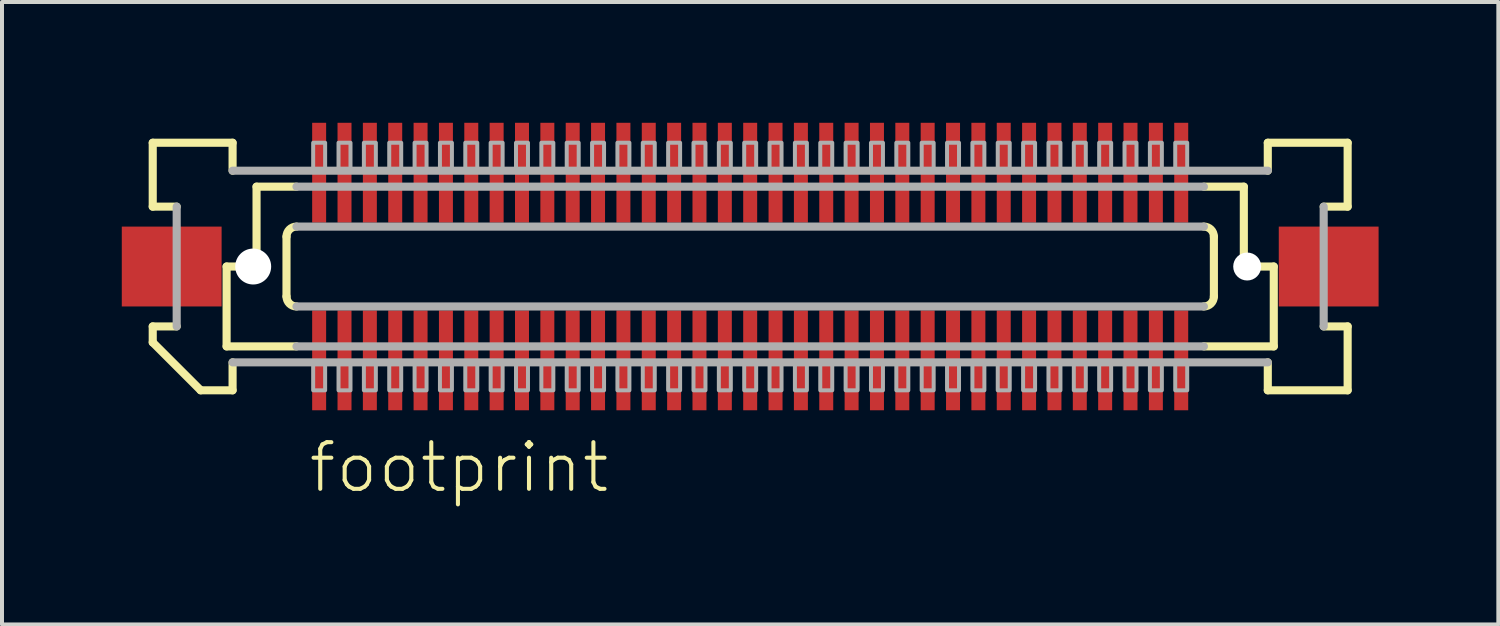
<source format=kicad_pcb>
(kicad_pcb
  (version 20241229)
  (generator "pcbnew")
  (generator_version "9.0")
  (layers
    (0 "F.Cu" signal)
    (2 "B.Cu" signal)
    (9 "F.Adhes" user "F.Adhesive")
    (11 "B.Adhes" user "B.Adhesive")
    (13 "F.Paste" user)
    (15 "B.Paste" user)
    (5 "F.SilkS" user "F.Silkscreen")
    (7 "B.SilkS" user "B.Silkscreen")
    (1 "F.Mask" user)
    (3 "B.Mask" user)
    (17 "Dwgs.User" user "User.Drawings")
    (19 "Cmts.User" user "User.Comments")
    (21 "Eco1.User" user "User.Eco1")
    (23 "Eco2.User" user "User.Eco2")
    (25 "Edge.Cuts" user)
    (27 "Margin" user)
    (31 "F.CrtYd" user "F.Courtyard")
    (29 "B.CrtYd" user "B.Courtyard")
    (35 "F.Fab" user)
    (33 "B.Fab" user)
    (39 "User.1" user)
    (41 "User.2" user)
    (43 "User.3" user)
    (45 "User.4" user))
  (footprint "footprint"
    (layer "F.Cu")
    (at 15.738 3.625)
    (property "Reference" "footprint" (at -11.113 5.715 0) (layer "F.SilkS") (effects (font (size 1.168 1.168) (thickness 0.102)) (justify left bottom)))
    (fp_poly (pts (xy -10.995 3.625) (xy -10.595 3.625) (xy -10.595 1.075) (xy -10.995 1.075)) (stroke (width 0) (type solid)) (fill yes) (layer "F.Mask"))
    (fp_poly (pts (xy -10.595 -3.625) (xy -10.995 -3.625) (xy -10.995 -1.075) (xy -10.595 -1.075)) (stroke (width 0) (type solid)) (fill yes) (layer "F.Mask"))
    (fp_poly (pts (xy -10.36 3.625) (xy -9.96 3.625) (xy -9.96 1.075) (xy -10.36 1.075)) (stroke (width 0) (type solid)) (fill yes) (layer "F.Mask"))
    (fp_poly (pts (xy -9.96 -3.625) (xy -10.36 -3.625) (xy -10.36 -1.075) (xy -9.96 -1.075)) (stroke (width 0) (type solid)) (fill yes) (layer "F.Mask"))
    (fp_poly (pts (xy -9.725 3.625) (xy -9.325 3.625) (xy -9.325 1.075) (xy -9.725 1.075)) (stroke (width 0) (type solid)) (fill yes) (layer "F.Mask"))
    (fp_poly (pts (xy -9.325 -3.625) (xy -9.725 -3.625) (xy -9.725 -1.075) (xy -9.325 -1.075)) (stroke (width 0) (type solid)) (fill yes) (layer "F.Mask"))
    (fp_poly (pts (xy -9.09 3.625) (xy -8.69 3.625) (xy -8.69 1.075) (xy -9.09 1.075)) (stroke (width 0) (type solid)) (fill yes) (layer "F.Mask"))
    (fp_poly (pts (xy -8.69 -3.625) (xy -9.09 -3.625) (xy -9.09 -1.075) (xy -8.69 -1.075)) (stroke (width 0) (type solid)) (fill yes) (layer "F.Mask"))
    (fp_poly (pts (xy -8.455 3.625) (xy -8.055 3.625) (xy -8.055 1.075) (xy -8.455 1.075)) (stroke (width 0) (type solid)) (fill yes) (layer "F.Mask"))
    (fp_poly (pts (xy -8.055 -3.625) (xy -8.455 -3.625) (xy -8.455 -1.075) (xy -8.055 -1.075)) (stroke (width 0) (type solid)) (fill yes) (layer "F.Mask"))
    (fp_poly (pts (xy -7.82 3.625) (xy -7.42 3.625) (xy -7.42 1.075) (xy -7.82 1.075)) (stroke (width 0) (type solid)) (fill yes) (layer "F.Mask"))
    (fp_poly (pts (xy -7.42 -3.625) (xy -7.82 -3.625) (xy -7.82 -1.075) (xy -7.42 -1.075)) (stroke (width 0) (type solid)) (fill yes) (layer "F.Mask"))
    (fp_poly (pts (xy -7.185 3.625) (xy -6.785 3.625) (xy -6.785 1.075) (xy -7.185 1.075)) (stroke (width 0) (type solid)) (fill yes) (layer "F.Mask"))
    (fp_poly (pts (xy -6.785 -3.625) (xy -7.185 -3.625) (xy -7.185 -1.075) (xy -6.785 -1.075)) (stroke (width 0) (type solid)) (fill yes) (layer "F.Mask"))
    (fp_poly (pts (xy -6.55 3.625) (xy -6.15 3.625) (xy -6.15 1.075) (xy -6.55 1.075)) (stroke (width 0) (type solid)) (fill yes) (layer "F.Mask"))
    (fp_poly (pts (xy -6.15 -3.625) (xy -6.55 -3.625) (xy -6.55 -1.075) (xy -6.15 -1.075)) (stroke (width 0) (type solid)) (fill yes) (layer "F.Mask"))
    (fp_poly (pts (xy -5.915 3.625) (xy -5.515 3.625) (xy -5.515 1.075) (xy -5.915 1.075)) (stroke (width 0) (type solid)) (fill yes) (layer "F.Mask"))
    (fp_poly (pts (xy -5.515 -3.625) (xy -5.915 -3.625) (xy -5.915 -1.075) (xy -5.515 -1.075)) (stroke (width 0) (type solid)) (fill yes) (layer "F.Mask"))
    (fp_poly (pts (xy -5.28 3.625) (xy -4.88 3.625) (xy -4.88 1.075) (xy -5.28 1.075)) (stroke (width 0) (type solid)) (fill yes) (layer "F.Mask"))
    (fp_poly (pts (xy -4.88 -3.625) (xy -5.28 -3.625) (xy -5.28 -1.075) (xy -4.88 -1.075)) (stroke (width 0) (type solid)) (fill yes) (layer "F.Mask"))
    (fp_poly (pts (xy -4.645 3.625) (xy -4.245 3.625) (xy -4.245 1.075) (xy -4.645 1.075)) (stroke (width 0) (type solid)) (fill yes) (layer "F.Mask"))
    (fp_poly (pts (xy -4.245 -3.625) (xy -4.645 -3.625) (xy -4.645 -1.075) (xy -4.245 -1.075)) (stroke (width 0) (type solid)) (fill yes) (layer "F.Mask"))
    (fp_poly (pts (xy -4.01 3.625) (xy -3.61 3.625) (xy -3.61 1.075) (xy -4.01 1.075)) (stroke (width 0) (type solid)) (fill yes) (layer "F.Mask"))
    (fp_poly (pts (xy -3.61 -3.625) (xy -4.01 -3.625) (xy -4.01 -1.075) (xy -3.61 -1.075)) (stroke (width 0) (type solid)) (fill yes) (layer "F.Mask"))
    (fp_poly (pts (xy -3.375 3.625) (xy -2.975 3.625) (xy -2.975 1.075) (xy -3.375 1.075)) (stroke (width 0) (type solid)) (fill yes) (layer "F.Mask"))
    (fp_poly (pts (xy -2.975 -3.625) (xy -3.375 -3.625) (xy -3.375 -1.075) (xy -2.975 -1.075)) (stroke (width 0) (type solid)) (fill yes) (layer "F.Mask"))
    (fp_poly (pts (xy -2.74 3.625) (xy -2.34 3.625) (xy -2.34 1.075) (xy -2.74 1.075)) (stroke (width 0) (type solid)) (fill yes) (layer "F.Mask"))
    (fp_poly (pts (xy -2.34 -3.625) (xy -2.74 -3.625) (xy -2.74 -1.075) (xy -2.34 -1.075)) (stroke (width 0) (type solid)) (fill yes) (layer "F.Mask"))
    (fp_poly (pts (xy -2.105 3.625) (xy -1.705 3.625) (xy -1.705 1.075) (xy -2.105 1.075)) (stroke (width 0) (type solid)) (fill yes) (layer "F.Mask"))
    (fp_poly (pts (xy -1.705 -3.625) (xy -2.105 -3.625) (xy -2.105 -1.075) (xy -1.705 -1.075)) (stroke (width 0) (type solid)) (fill yes) (layer "F.Mask"))
    (fp_poly (pts (xy -1.47 3.625) (xy -1.07 3.625) (xy -1.07 1.075) (xy -1.47 1.075)) (stroke (width 0) (type solid)) (fill yes) (layer "F.Mask"))
    (fp_poly (pts (xy -1.07 -3.625) (xy -1.47 -3.625) (xy -1.47 -1.075) (xy -1.07 -1.075)) (stroke (width 0) (type solid)) (fill yes) (layer "F.Mask"))
    (fp_poly (pts (xy -0.835 3.625) (xy -0.435 3.625) (xy -0.435 1.075) (xy -0.835 1.075)) (stroke (width 0) (type solid)) (fill yes) (layer "F.Mask"))
    (fp_poly (pts (xy -0.435 -3.625) (xy -0.835 -3.625) (xy -0.835 -1.075) (xy -0.435 -1.075)) (stroke (width 0) (type solid)) (fill yes) (layer "F.Mask"))
    (fp_poly (pts (xy -0.2 3.625) (xy 0.2 3.625) (xy 0.2 1.075) (xy -0.2 1.075)) (stroke (width 0) (type solid)) (fill yes) (layer "F.Mask"))
    (fp_poly (pts (xy 0.2 -3.625) (xy -0.2 -3.625) (xy -0.2 -1.075) (xy 0.2 -1.075)) (stroke (width 0) (type solid)) (fill yes) (layer "F.Mask"))
    (fp_poly (pts (xy 0.435 3.625) (xy 0.835 3.625) (xy 0.835 1.075) (xy 0.435 1.075)) (stroke (width 0) (type solid)) (fill yes) (layer "F.Mask"))
    (fp_poly (pts (xy 0.835 -3.625) (xy 0.435 -3.625) (xy 0.435 -1.075) (xy 0.835 -1.075)) (stroke (width 0) (type solid)) (fill yes) (layer "F.Mask"))
    (fp_poly (pts (xy 1.07 3.625) (xy 1.47 3.625) (xy 1.47 1.075) (xy 1.07 1.075)) (stroke (width 0) (type solid)) (fill yes) (layer "F.Mask"))
    (fp_poly (pts (xy 1.47 -3.625) (xy 1.07 -3.625) (xy 1.07 -1.075) (xy 1.47 -1.075)) (stroke (width 0) (type solid)) (fill yes) (layer "F.Mask"))
    (fp_poly (pts (xy 1.705 3.625) (xy 2.105 3.625) (xy 2.105 1.075) (xy 1.705 1.075)) (stroke (width 0) (type solid)) (fill yes) (layer "F.Mask"))
    (fp_poly (pts (xy 2.105 -3.625) (xy 1.705 -3.625) (xy 1.705 -1.075) (xy 2.105 -1.075)) (stroke (width 0) (type solid)) (fill yes) (layer "F.Mask"))
    (fp_poly (pts (xy 2.34 3.625) (xy 2.74 3.625) (xy 2.74 1.075) (xy 2.34 1.075)) (stroke (width 0) (type solid)) (fill yes) (layer "F.Mask"))
    (fp_poly (pts (xy 2.74 -3.625) (xy 2.34 -3.625) (xy 2.34 -1.075) (xy 2.74 -1.075)) (stroke (width 0) (type solid)) (fill yes) (layer "F.Mask"))
    (fp_poly (pts (xy 2.975 3.625) (xy 3.375 3.625) (xy 3.375 1.075) (xy 2.975 1.075)) (stroke (width 0) (type solid)) (fill yes) (layer "F.Mask"))
    (fp_poly (pts (xy 3.375 -3.625) (xy 2.975 -3.625) (xy 2.975 -1.075) (xy 3.375 -1.075)) (stroke (width 0) (type solid)) (fill yes) (layer "F.Mask"))
    (fp_poly (pts (xy 3.61 3.625) (xy 4.01 3.625) (xy 4.01 1.075) (xy 3.61 1.075)) (stroke (width 0) (type solid)) (fill yes) (layer "F.Mask"))
    (fp_poly (pts (xy 4.01 -3.625) (xy 3.61 -3.625) (xy 3.61 -1.075) (xy 4.01 -1.075)) (stroke (width 0) (type solid)) (fill yes) (layer "F.Mask"))
    (fp_poly (pts (xy 4.245 3.625) (xy 4.645 3.625) (xy 4.645 1.075) (xy 4.245 1.075)) (stroke (width 0) (type solid)) (fill yes) (layer "F.Mask"))
    (fp_poly (pts (xy 4.645 -3.625) (xy 4.245 -3.625) (xy 4.245 -1.075) (xy 4.645 -1.075)) (stroke (width 0) (type solid)) (fill yes) (layer "F.Mask"))
    (fp_poly (pts (xy 4.88 3.625) (xy 5.28 3.625) (xy 5.28 1.075) (xy 4.88 1.075)) (stroke (width 0) (type solid)) (fill yes) (layer "F.Mask"))
    (fp_poly (pts (xy 5.28 -3.625) (xy 4.88 -3.625) (xy 4.88 -1.075) (xy 5.28 -1.075)) (stroke (width 0) (type solid)) (fill yes) (layer "F.Mask"))
    (fp_poly (pts (xy 5.515 3.625) (xy 5.915 3.625) (xy 5.915 1.075) (xy 5.515 1.075)) (stroke (width 0) (type solid)) (fill yes) (layer "F.Mask"))
    (fp_poly (pts (xy 5.915 -3.625) (xy 5.515 -3.625) (xy 5.515 -1.075) (xy 5.915 -1.075)) (stroke (width 0) (type solid)) (fill yes) (layer "F.Mask"))
    (fp_poly (pts (xy 6.15 3.625) (xy 6.55 3.625) (xy 6.55 1.075) (xy 6.15 1.075)) (stroke (width 0) (type solid)) (fill yes) (layer "F.Mask"))
    (fp_poly (pts (xy 6.55 -3.625) (xy 6.15 -3.625) (xy 6.15 -1.075) (xy 6.55 -1.075)) (stroke (width 0) (type solid)) (fill yes) (layer "F.Mask"))
    (fp_poly (pts (xy 6.785 3.625) (xy 7.185 3.625) (xy 7.185 1.075) (xy 6.785 1.075)) (stroke (width 0) (type solid)) (fill yes) (layer "F.Mask"))
    (fp_poly (pts (xy 7.185 -3.625) (xy 6.785 -3.625) (xy 6.785 -1.075) (xy 7.185 -1.075)) (stroke (width 0) (type solid)) (fill yes) (layer "F.Mask"))
    (fp_poly (pts (xy 7.42 3.625) (xy 7.82 3.625) (xy 7.82 1.075) (xy 7.42 1.075)) (stroke (width 0) (type solid)) (fill yes) (layer "F.Mask"))
    (fp_poly (pts (xy 7.82 -3.625) (xy 7.42 -3.625) (xy 7.42 -1.075) (xy 7.82 -1.075)) (stroke (width 0) (type solid)) (fill yes) (layer "F.Mask"))
    (fp_poly (pts (xy 8.055 3.625) (xy 8.455 3.625) (xy 8.455 1.075) (xy 8.055 1.075)) (stroke (width 0) (type solid)) (fill yes) (layer "F.Mask"))
    (fp_poly (pts (xy 8.455 -3.625) (xy 8.055 -3.625) (xy 8.055 -1.075) (xy 8.455 -1.075)) (stroke (width 0) (type solid)) (fill yes) (layer "F.Mask"))
    (fp_poly (pts (xy 8.69 3.625) (xy 9.09 3.625) (xy 9.09 1.075) (xy 8.69 1.075)) (stroke (width 0) (type solid)) (fill yes) (layer "F.Mask"))
    (fp_poly (pts (xy 9.09 -3.625) (xy 8.69 -3.625) (xy 8.69 -1.075) (xy 9.09 -1.075)) (stroke (width 0) (type solid)) (fill yes) (layer "F.Mask"))
    (fp_poly (pts (xy 9.325 3.625) (xy 9.725 3.625) (xy 9.725 1.075) (xy 9.325 1.075)) (stroke (width 0) (type solid)) (fill yes) (layer "F.Mask"))
    (fp_poly (pts (xy 9.725 -3.625) (xy 9.325 -3.625) (xy 9.325 -1.075) (xy 9.725 -1.075)) (stroke (width 0) (type solid)) (fill yes) (layer "F.Mask"))
    (fp_poly (pts (xy 9.96 3.625) (xy 10.36 3.625) (xy 10.36 1.075) (xy 9.96 1.075)) (stroke (width 0) (type solid)) (fill yes) (layer "F.Mask"))
    (fp_poly (pts (xy 10.36 -3.625) (xy 9.96 -3.625) (xy 9.96 -1.075) (xy 10.36 -1.075)) (stroke (width 0) (type solid)) (fill yes) (layer "F.Mask"))
    (fp_poly (pts (xy 10.595 3.625) (xy 10.995 3.625) (xy 10.995 1.075) (xy 10.595 1.075)) (stroke (width 0) (type solid)) (fill yes) (layer "F.Mask"))
    (fp_poly (pts (xy 10.995 -3.625) (xy 10.595 -3.625) (xy 10.595 -1.075) (xy 10.995 -1.075)) (stroke (width 0) (type solid)) (fill yes) (layer "F.Mask"))
    (fp_line (start -14.963 -3.1) (end -12.963 -3.1) (stroke (width 0.203) (type solid)) (layer "F.SilkS"))
    (fp_line (start -14.963 -1.5) (end -14.963 -3.1) (stroke (width 0.203) (type solid)) (layer "F.SilkS"))
    (fp_line (start -14.963 1.5) (end -14.363 1.5) (stroke (width 0.203) (type solid)) (layer "F.SilkS"))
    (fp_line (start -14.963 1.9) (end -14.963 1.5) (stroke (width 0.203) (type solid)) (layer "F.SilkS"))
    (fp_line (start -14.363 -1.5) (end -14.963 -1.5) (stroke (width 0.203) (type solid)) (layer "F.SilkS"))
    (fp_line (start -13.762 3.1) (end -14.963 1.9) (stroke (width 0.203) (type solid)) (layer "F.SilkS"))
    (fp_line (start -13.113 0) (end -13.113 2) (stroke (width 0.203) (type solid)) (layer "F.SilkS"))
    (fp_line (start -13.113 2) (end -11.363 2) (stroke (width 0.203) (type solid)) (layer "F.SilkS"))
    (fp_line (start -12.963 -3.1) (end -12.963 -2.4) (stroke (width 0.203) (type solid)) (layer "F.SilkS"))
    (fp_line (start -12.963 2.4) (end -12.963 3.1) (stroke (width 0.203) (type solid)) (layer "F.SilkS"))
    (fp_line (start -12.963 3.1) (end -13.762 3.1) (stroke (width 0.203) (type solid)) (layer "F.SilkS"))
    (fp_line (start -12.363 -2) (end -12.363 0) (stroke (width 0.203) (type solid)) (layer "F.SilkS"))
    (fp_line (start -12.363 0) (end -13.113 0) (stroke (width 0.203) (type solid)) (layer "F.SilkS"))
    (fp_line (start -11.613 0.75) (end -11.613 -0.75) (stroke (width 0.203) (type solid)) (layer "F.SilkS"))
    (fp_line (start -11.363 -2) (end -12.363 -2) (stroke (width 0.203) (type solid)) (layer "F.SilkS"))
    (fp_line (start 11.363 2) (end 13.113 2) (stroke (width 0.203) (type solid)) (layer "F.SilkS"))
    (fp_line (start 11.613 -0.75) (end 11.613 0.75) (stroke (width 0.203) (type solid)) (layer "F.SilkS"))
    (fp_line (start 12.363 -2) (end 11.363 -2) (stroke (width 0.203) (type solid)) (layer "F.SilkS"))
    (fp_line (start 12.363 -2) (end 12.363 0) (stroke (width 0.203) (type solid)) (layer "F.SilkS"))
    (fp_line (start 12.963 -3.1) (end 14.963 -3.1) (stroke (width 0.203) (type solid)) (layer "F.SilkS"))
    (fp_line (start 12.963 -2.4) (end 12.963 -3.1) (stroke (width 0.203) (type solid)) (layer "F.SilkS"))
    (fp_line (start 12.963 3.1) (end 12.963 2.4) (stroke (width 0.203) (type solid)) (layer "F.SilkS"))
    (fp_line (start 13.113 0) (end 12.363 0) (stroke (width 0.203) (type solid)) (layer "F.SilkS"))
    (fp_line (start 13.113 0) (end 13.113 2) (stroke (width 0.203) (type solid)) (layer "F.SilkS"))
    (fp_line (start 14.363 1.5) (end 14.963 1.5) (stroke (width 0.203) (type solid)) (layer "F.SilkS"))
    (fp_line (start 14.963 -3.1) (end 14.963 -1.5) (stroke (width 0.203) (type solid)) (layer "F.SilkS"))
    (fp_line (start 14.963 -1.5) (end 14.363 -1.5) (stroke (width 0.203) (type solid)) (layer "F.SilkS"))
    (fp_line (start 14.963 1.5) (end 14.963 3.1) (stroke (width 0.203) (type solid)) (layer "F.SilkS"))
    (fp_line (start 14.963 3.1) (end 12.963 3.1) (stroke (width 0.203) (type solid)) (layer "F.SilkS"))
    (fp_arc (start -11.6125 -0.75) (mid -11.539277 -0.926777) (end -11.3625 -1) (stroke (width 0.2032) (type solid)) (layer "F.SilkS"))
    (fp_arc (start -11.3625 1) (mid -11.539277 0.926777) (end -11.6125 0.75) (stroke (width 0.2032) (type solid)) (layer "F.SilkS"))
    (fp_arc (start 11.3625 -1) (mid 11.539277 -0.926777) (end 11.6125 -0.75) (stroke (width 0.2032) (type solid)) (layer "F.SilkS"))
    (fp_arc (start 11.6125 0.75) (mid 11.539277 0.926777) (end 11.3625 1) (stroke (width 0.2032) (type solid)) (layer "F.SilkS"))
    (fp_line (start -14.363 1.5) (end -14.363 -1.5) (stroke (width 0.203) (type solid)) (layer "F.Fab"))
    (fp_line (start -12.963 -2.4) (end 12.963 -2.4) (stroke (width 0.203) (type solid)) (layer "F.Fab"))
    (fp_line (start -11.363 -1) (end 11.363 -1) (stroke (width 0.203) (type solid)) (layer "F.Fab"))
    (fp_line (start -11.363 2) (end 11.363 2) (stroke (width 0.203) (type solid)) (layer "F.Fab"))
    (fp_line (start 11.363 -2) (end -11.363 -2) (stroke (width 0.203) (type solid)) (layer "F.Fab"))
    (fp_line (start 11.363 1) (end -11.363 1) (stroke (width 0.203) (type solid)) (layer "F.Fab"))
    (fp_line (start 12.963 2.4) (end -12.963 2.4) (stroke (width 0.203) (type solid)) (layer "F.Fab"))
    (fp_line (start 14.363 -1.5) (end 14.363 1.5) (stroke (width 0.203) (type solid)) (layer "F.Fab"))
    (fp_poly (pts (xy -10.945 3.1) (xy -10.645 3.1) (xy -10.645 2.375) (xy -10.945 2.375)) (stroke (width 0.1) (type solid)) (fill no) (layer "F.Fab"))
    (fp_poly (pts (xy -10.645 -3.1) (xy -10.945 -3.1) (xy -10.945 -2.375) (xy -10.645 -2.375)) (stroke (width 0.1) (type solid)) (fill no) (layer "F.Fab"))
    (fp_poly (pts (xy -10.31 3.1) (xy -10.01 3.1) (xy -10.01 2.375) (xy -10.31 2.375)) (stroke (width 0.1) (type solid)) (fill no) (layer "F.Fab"))
    (fp_poly (pts (xy -10.01 -3.1) (xy -10.31 -3.1) (xy -10.31 -2.375) (xy -10.01 -2.375)) (stroke (width 0.1) (type solid)) (fill no) (layer "F.Fab"))
    (fp_poly (pts (xy -9.675 3.1) (xy -9.375 3.1) (xy -9.375 2.375) (xy -9.675 2.375)) (stroke (width 0.1) (type solid)) (fill no) (layer "F.Fab"))
    (fp_poly (pts (xy -9.375 -3.1) (xy -9.675 -3.1) (xy -9.675 -2.375) (xy -9.375 -2.375)) (stroke (width 0.1) (type solid)) (fill no) (layer "F.Fab"))
    (fp_poly (pts (xy -9.04 3.1) (xy -8.74 3.1) (xy -8.74 2.375) (xy -9.04 2.375)) (stroke (width 0.1) (type solid)) (fill no) (layer "F.Fab"))
    (fp_poly (pts (xy -8.74 -3.1) (xy -9.04 -3.1) (xy -9.04 -2.375) (xy -8.74 -2.375)) (stroke (width 0.1) (type solid)) (fill no) (layer "F.Fab"))
    (fp_poly (pts (xy -8.405 3.1) (xy -8.105 3.1) (xy -8.105 2.375) (xy -8.405 2.375)) (stroke (width 0.1) (type solid)) (fill no) (layer "F.Fab"))
    (fp_poly (pts (xy -8.105 -3.1) (xy -8.405 -3.1) (xy -8.405 -2.375) (xy -8.105 -2.375)) (stroke (width 0.1) (type solid)) (fill no) (layer "F.Fab"))
    (fp_poly (pts (xy -7.77 3.1) (xy -7.47 3.1) (xy -7.47 2.375) (xy -7.77 2.375)) (stroke (width 0.1) (type solid)) (fill no) (layer "F.Fab"))
    (fp_poly (pts (xy -7.47 -3.1) (xy -7.77 -3.1) (xy -7.77 -2.375) (xy -7.47 -2.375)) (stroke (width 0.1) (type solid)) (fill no) (layer "F.Fab"))
    (fp_poly (pts (xy -7.135 3.1) (xy -6.835 3.1) (xy -6.835 2.375) (xy -7.135 2.375)) (stroke (width 0.1) (type solid)) (fill no) (layer "F.Fab"))
    (fp_poly (pts (xy -6.835 -3.1) (xy -7.135 -3.1) (xy -7.135 -2.375) (xy -6.835 -2.375)) (stroke (width 0.1) (type solid)) (fill no) (layer "F.Fab"))
    (fp_poly (pts (xy -6.5 3.1) (xy -6.2 3.1) (xy -6.2 2.375) (xy -6.5 2.375)) (stroke (width 0.1) (type solid)) (fill no) (layer "F.Fab"))
    (fp_poly (pts (xy -6.2 -3.1) (xy -6.5 -3.1) (xy -6.5 -2.375) (xy -6.2 -2.375)) (stroke (width 0.1) (type solid)) (fill no) (layer "F.Fab"))
    (fp_poly (pts (xy -5.865 3.1) (xy -5.565 3.1) (xy -5.565 2.375) (xy -5.865 2.375)) (stroke (width 0.1) (type solid)) (fill no) (layer "F.Fab"))
    (fp_poly (pts (xy -5.565 -3.1) (xy -5.865 -3.1) (xy -5.865 -2.375) (xy -5.565 -2.375)) (stroke (width 0.1) (type solid)) (fill no) (layer "F.Fab"))
    (fp_poly (pts (xy -5.23 3.1) (xy -4.93 3.1) (xy -4.93 2.375) (xy -5.23 2.375)) (stroke (width 0.1) (type solid)) (fill no) (layer "F.Fab"))
    (fp_poly (pts (xy -4.93 -3.1) (xy -5.23 -3.1) (xy -5.23 -2.375) (xy -4.93 -2.375)) (stroke (width 0.1) (type solid)) (fill no) (layer "F.Fab"))
    (fp_poly (pts (xy -4.595 3.1) (xy -4.295 3.1) (xy -4.295 2.375) (xy -4.595 2.375)) (stroke (width 0.1) (type solid)) (fill no) (layer "F.Fab"))
    (fp_poly (pts (xy -4.295 -3.1) (xy -4.595 -3.1) (xy -4.595 -2.375) (xy -4.295 -2.375)) (stroke (width 0.1) (type solid)) (fill no) (layer "F.Fab"))
    (fp_poly (pts (xy -3.96 3.1) (xy -3.66 3.1) (xy -3.66 2.375) (xy -3.96 2.375)) (stroke (width 0.1) (type solid)) (fill no) (layer "F.Fab"))
    (fp_poly (pts (xy -3.66 -3.1) (xy -3.96 -3.1) (xy -3.96 -2.375) (xy -3.66 -2.375)) (stroke (width 0.1) (type solid)) (fill no) (layer "F.Fab"))
    (fp_poly (pts (xy -3.325 3.1) (xy -3.025 3.1) (xy -3.025 2.375) (xy -3.325 2.375)) (stroke (width 0.1) (type solid)) (fill no) (layer "F.Fab"))
    (fp_poly (pts (xy -3.025 -3.1) (xy -3.325 -3.1) (xy -3.325 -2.375) (xy -3.025 -2.375)) (stroke (width 0.1) (type solid)) (fill no) (layer "F.Fab"))
    (fp_poly (pts (xy -2.69 3.1) (xy -2.39 3.1) (xy -2.39 2.375) (xy -2.69 2.375)) (stroke (width 0.1) (type solid)) (fill no) (layer "F.Fab"))
    (fp_poly (pts (xy -2.39 -3.1) (xy -2.69 -3.1) (xy -2.69 -2.375) (xy -2.39 -2.375)) (stroke (width 0.1) (type solid)) (fill no) (layer "F.Fab"))
    (fp_poly (pts (xy -2.055 3.1) (xy -1.755 3.1) (xy -1.755 2.375) (xy -2.055 2.375)) (stroke (width 0.1) (type solid)) (fill no) (layer "F.Fab"))
    (fp_poly (pts (xy -1.755 -3.1) (xy -2.055 -3.1) (xy -2.055 -2.375) (xy -1.755 -2.375)) (stroke (width 0.1) (type solid)) (fill no) (layer "F.Fab"))
    (fp_poly (pts (xy -1.42 3.1) (xy -1.12 3.1) (xy -1.12 2.375) (xy -1.42 2.375)) (stroke (width 0.1) (type solid)) (fill no) (layer "F.Fab"))
    (fp_poly (pts (xy -1.12 -3.1) (xy -1.42 -3.1) (xy -1.42 -2.375) (xy -1.12 -2.375)) (stroke (width 0.1) (type solid)) (fill no) (layer "F.Fab"))
    (fp_poly (pts (xy -0.785 3.1) (xy -0.485 3.1) (xy -0.485 2.375) (xy -0.785 2.375)) (stroke (width 0.1) (type solid)) (fill no) (layer "F.Fab"))
    (fp_poly (pts (xy -0.485 -3.1) (xy -0.785 -3.1) (xy -0.785 -2.375) (xy -0.485 -2.375)) (stroke (width 0.1) (type solid)) (fill no) (layer "F.Fab"))
    (fp_poly (pts (xy -0.15 3.1) (xy 0.15 3.1) (xy 0.15 2.375) (xy -0.15 2.375)) (stroke (width 0.1) (type solid)) (fill no) (layer "F.Fab"))
    (fp_poly (pts (xy 0.15 -3.1) (xy -0.15 -3.1) (xy -0.15 -2.375) (xy 0.15 -2.375)) (stroke (width 0.1) (type solid)) (fill no) (layer "F.Fab"))
    (fp_poly (pts (xy 0.485 3.1) (xy 0.785 3.1) (xy 0.785 2.375) (xy 0.485 2.375)) (stroke (width 0.1) (type solid)) (fill no) (layer "F.Fab"))
    (fp_poly (pts (xy 0.785 -3.1) (xy 0.485 -3.1) (xy 0.485 -2.375) (xy 0.785 -2.375)) (stroke (width 0.1) (type solid)) (fill no) (layer "F.Fab"))
    (fp_poly (pts (xy 1.12 3.1) (xy 1.42 3.1) (xy 1.42 2.375) (xy 1.12 2.375)) (stroke (width 0.1) (type solid)) (fill no) (layer "F.Fab"))
    (fp_poly (pts (xy 1.42 -3.1) (xy 1.12 -3.1) (xy 1.12 -2.375) (xy 1.42 -2.375)) (stroke (width 0.1) (type solid)) (fill no) (layer "F.Fab"))
    (fp_poly (pts (xy 1.755 3.1) (xy 2.055 3.1) (xy 2.055 2.375) (xy 1.755 2.375)) (stroke (width 0.1) (type solid)) (fill no) (layer "F.Fab"))
    (fp_poly (pts (xy 2.055 -3.1) (xy 1.755 -3.1) (xy 1.755 -2.375) (xy 2.055 -2.375)) (stroke (width 0.1) (type solid)) (fill no) (layer "F.Fab"))
    (fp_poly (pts (xy 2.39 3.1) (xy 2.69 3.1) (xy 2.69 2.375) (xy 2.39 2.375)) (stroke (width 0.1) (type solid)) (fill no) (layer "F.Fab"))
    (fp_poly (pts (xy 2.69 -3.1) (xy 2.39 -3.1) (xy 2.39 -2.375) (xy 2.69 -2.375)) (stroke (width 0.1) (type solid)) (fill no) (layer "F.Fab"))
    (fp_poly (pts (xy 3.025 3.1) (xy 3.325 3.1) (xy 3.325 2.375) (xy 3.025 2.375)) (stroke (width 0.1) (type solid)) (fill no) (layer "F.Fab"))
    (fp_poly (pts (xy 3.325 -3.1) (xy 3.025 -3.1) (xy 3.025 -2.375) (xy 3.325 -2.375)) (stroke (width 0.1) (type solid)) (fill no) (layer "F.Fab"))
    (fp_poly (pts (xy 3.66 3.1) (xy 3.96 3.1) (xy 3.96 2.375) (xy 3.66 2.375)) (stroke (width 0.1) (type solid)) (fill no) (layer "F.Fab"))
    (fp_poly (pts (xy 3.96 -3.1) (xy 3.66 -3.1) (xy 3.66 -2.375) (xy 3.96 -2.375)) (stroke (width 0.1) (type solid)) (fill no) (layer "F.Fab"))
    (fp_poly (pts (xy 4.295 3.1) (xy 4.595 3.1) (xy 4.595 2.375) (xy 4.295 2.375)) (stroke (width 0.1) (type solid)) (fill no) (layer "F.Fab"))
    (fp_poly (pts (xy 4.595 -3.1) (xy 4.295 -3.1) (xy 4.295 -2.375) (xy 4.595 -2.375)) (stroke (width 0.1) (type solid)) (fill no) (layer "F.Fab"))
    (fp_poly (pts (xy 4.93 3.1) (xy 5.23 3.1) (xy 5.23 2.375) (xy 4.93 2.375)) (stroke (width 0.1) (type solid)) (fill no) (layer "F.Fab"))
    (fp_poly (pts (xy 5.23 -3.1) (xy 4.93 -3.1) (xy 4.93 -2.375) (xy 5.23 -2.375)) (stroke (width 0.1) (type solid)) (fill no) (layer "F.Fab"))
    (fp_poly (pts (xy 5.565 3.1) (xy 5.865 3.1) (xy 5.865 2.375) (xy 5.565 2.375)) (stroke (width 0.1) (type solid)) (fill no) (layer "F.Fab"))
    (fp_poly (pts (xy 5.865 -3.1) (xy 5.565 -3.1) (xy 5.565 -2.375) (xy 5.865 -2.375)) (stroke (width 0.1) (type solid)) (fill no) (layer "F.Fab"))
    (fp_poly (pts (xy 6.2 3.1) (xy 6.5 3.1) (xy 6.5 2.375) (xy 6.2 2.375)) (stroke (width 0.1) (type solid)) (fill no) (layer "F.Fab"))
    (fp_poly (pts (xy 6.5 -3.1) (xy 6.2 -3.1) (xy 6.2 -2.375) (xy 6.5 -2.375)) (stroke (width 0.1) (type solid)) (fill no) (layer "F.Fab"))
    (fp_poly (pts (xy 6.835 3.1) (xy 7.135 3.1) (xy 7.135 2.375) (xy 6.835 2.375)) (stroke (width 0.1) (type solid)) (fill no) (layer "F.Fab"))
    (fp_poly (pts (xy 7.135 -3.1) (xy 6.835 -3.1) (xy 6.835 -2.375) (xy 7.135 -2.375)) (stroke (width 0.1) (type solid)) (fill no) (layer "F.Fab"))
    (fp_poly (pts (xy 7.47 3.1) (xy 7.77 3.1) (xy 7.77 2.375) (xy 7.47 2.375)) (stroke (width 0.1) (type solid)) (fill no) (layer "F.Fab"))
    (fp_poly (pts (xy 7.77 -3.1) (xy 7.47 -3.1) (xy 7.47 -2.375) (xy 7.77 -2.375)) (stroke (width 0.1) (type solid)) (fill no) (layer "F.Fab"))
    (fp_poly (pts (xy 8.105 3.1) (xy 8.405 3.1) (xy 8.405 2.375) (xy 8.105 2.375)) (stroke (width 0.1) (type solid)) (fill no) (layer "F.Fab"))
    (fp_poly (pts (xy 8.405 -3.1) (xy 8.105 -3.1) (xy 8.105 -2.375) (xy 8.405 -2.375)) (stroke (width 0.1) (type solid)) (fill no) (layer "F.Fab"))
    (fp_poly (pts (xy 8.74 3.1) (xy 9.04 3.1) (xy 9.04 2.375) (xy 8.74 2.375)) (stroke (width 0.1) (type solid)) (fill no) (layer "F.Fab"))
    (fp_poly (pts (xy 9.04 -3.1) (xy 8.74 -3.1) (xy 8.74 -2.375) (xy 9.04 -2.375)) (stroke (width 0.1) (type solid)) (fill no) (layer "F.Fab"))
    (fp_poly (pts (xy 9.375 3.1) (xy 9.675 3.1) (xy 9.675 2.375) (xy 9.375 2.375)) (stroke (width 0.1) (type solid)) (fill no) (layer "F.Fab"))
    (fp_poly (pts (xy 9.675 -3.1) (xy 9.375 -3.1) (xy 9.375 -2.375) (xy 9.675 -2.375)) (stroke (width 0.1) (type solid)) (fill no) (layer "F.Fab"))
    (fp_poly (pts (xy 10.01 3.1) (xy 10.31 3.1) (xy 10.31 2.375) (xy 10.01 2.375)) (stroke (width 0.1) (type solid)) (fill no) (layer "F.Fab"))
    (fp_poly (pts (xy 10.31 -3.1) (xy 10.01 -3.1) (xy 10.01 -2.375) (xy 10.31 -2.375)) (stroke (width 0.1) (type solid)) (fill no) (layer "F.Fab"))
    (fp_poly (pts (xy 10.645 3.1) (xy 10.945 3.1) (xy 10.945 2.375) (xy 10.645 2.375)) (stroke (width 0.1) (type solid)) (fill no) (layer "F.Fab"))
    (fp_poly (pts (xy 10.945 -3.1) (xy 10.645 -3.1) (xy 10.645 -2.375) (xy 10.945 -2.375)) (stroke (width 0.1) (type solid)) (fill no) (layer "F.Fab"))
    (pad "" np_thru_hole circle (at -12.447 0) (size 0.9 0.9) (drill 0.9) (layers "*.Cu" "*.Mask"))
    (pad "" np_thru_hole circle (at 12.447 0) (size 0.7 0.7) (drill 0.7) (layers "*.Cu" "*.Mask"))
    (pad "1" smd rect (at -10.795 2.35) (size 0.35 2.5) (layers "F.Cu" "F.Paste"))
    (pad "2" smd rect (at -10.795 -2.35 180) (size 0.35 2.5) (layers "F.Cu" "F.Paste"))
    (pad "3" smd rect (at -10.16 2.35) (size 0.35 2.5) (layers "F.Cu" "F.Paste"))
    (pad "4" smd rect (at -10.16 -2.35 180) (size 0.35 2.5) (layers "F.Cu" "F.Paste"))
    (pad "5" smd rect (at -9.525 2.35) (size 0.35 2.5) (layers "F.Cu" "F.Paste"))
    (pad "6" smd rect (at -9.525 -2.35 180) (size 0.35 2.5) (layers "F.Cu" "F.Paste"))
    (pad "7" smd rect (at -8.89 2.35) (size 0.35 2.5) (layers "F.Cu" "F.Paste"))
    (pad "8" smd rect (at -8.89 -2.35 180) (size 0.35 2.5) (layers "F.Cu" "F.Paste"))
    (pad "9" smd rect (at -8.255 2.35) (size 0.35 2.5) (layers "F.Cu" "F.Paste"))
    (pad "10" smd rect (at -8.255 -2.35 180) (size 0.35 2.5) (layers "F.Cu" "F.Paste"))
    (pad "11" smd rect (at -7.62 2.35) (size 0.35 2.5) (layers "F.Cu" "F.Paste"))
    (pad "12" smd rect (at -7.62 -2.35 180) (size 0.35 2.5) (layers "F.Cu" "F.Paste"))
    (pad "13" smd rect (at -6.985 2.35) (size 0.35 2.5) (layers "F.Cu" "F.Paste"))
    (pad "14" smd rect (at -6.985 -2.35 180) (size 0.35 2.5) (layers "F.Cu" "F.Paste"))
    (pad "15" smd rect (at -6.35 2.35) (size 0.35 2.5) (layers "F.Cu" "F.Paste"))
    (pad "16" smd rect (at -6.35 -2.35 180) (size 0.35 2.5) (layers "F.Cu" "F.Paste"))
    (pad "17" smd rect (at -5.715 2.35) (size 0.35 2.5) (layers "F.Cu" "F.Paste"))
    (pad "18" smd rect (at -5.715 -2.35 180) (size 0.35 2.5) (layers "F.Cu" "F.Paste"))
    (pad "19" smd rect (at -5.08 2.35) (size 0.35 2.5) (layers "F.Cu" "F.Paste"))
    (pad "20" smd rect (at -5.08 -2.35 180) (size 0.35 2.5) (layers "F.Cu" "F.Paste"))
    (pad "21" smd rect (at -4.445 2.35) (size 0.35 2.5) (layers "F.Cu" "F.Paste"))
    (pad "22" smd rect (at -4.445 -2.35 180) (size 0.35 2.5) (layers "F.Cu" "F.Paste"))
    (pad "23" smd rect (at -3.81 2.35) (size 0.35 2.5) (layers "F.Cu" "F.Paste"))
    (pad "24" smd rect (at -3.81 -2.35 180) (size 0.35 2.5) (layers "F.Cu" "F.Paste"))
    (pad "25" smd rect (at -3.175 2.35) (size 0.35 2.5) (layers "F.Cu" "F.Paste"))
    (pad "26" smd rect (at -3.175 -2.35 180) (size 0.35 2.5) (layers "F.Cu" "F.Paste"))
    (pad "27" smd rect (at -2.54 2.35) (size 0.35 2.5) (layers "F.Cu" "F.Paste"))
    (pad "28" smd rect (at -2.54 -2.35 180) (size 0.35 2.5) (layers "F.Cu" "F.Paste"))
    (pad "29" smd rect (at -1.905 2.35) (size 0.35 2.5) (layers "F.Cu" "F.Paste"))
    (pad "30" smd rect (at -1.905 -2.35 180) (size 0.35 2.5) (layers "F.Cu" "F.Paste"))
    (pad "31" smd rect (at -1.27 2.35) (size 0.35 2.5) (layers "F.Cu" "F.Paste"))
    (pad "32" smd rect (at -1.27 -2.35 180) (size 0.35 2.5) (layers "F.Cu" "F.Paste"))
    (pad "33" smd rect (at -0.635 2.35) (size 0.35 2.5) (layers "F.Cu" "F.Paste"))
    (pad "34" smd rect (at -0.635 -2.35 180) (size 0.35 2.5) (layers "F.Cu" "F.Paste"))
    (pad "35" smd rect (at 0 2.35) (size 0.35 2.5) (layers "F.Cu" "F.Paste"))
    (pad "36" smd rect (at 0 -2.35 180) (size 0.35 2.5) (layers "F.Cu" "F.Paste"))
    (pad "37" smd rect (at 0.635 2.35) (size 0.35 2.5) (layers "F.Cu" "F.Paste"))
    (pad "38" smd rect (at 0.635 -2.35 180) (size 0.35 2.5) (layers "F.Cu" "F.Paste"))
    (pad "39" smd rect (at 1.27 2.35) (size 0.35 2.5) (layers "F.Cu" "F.Paste"))
    (pad "40" smd rect (at 1.27 -2.35 180) (size 0.35 2.5) (layers "F.Cu" "F.Paste"))
    (pad "41" smd rect (at 1.905 2.35) (size 0.35 2.5) (layers "F.Cu" "F.Paste"))
    (pad "42" smd rect (at 1.905 -2.35 180) (size 0.35 2.5) (layers "F.Cu" "F.Paste"))
    (pad "43" smd rect (at 2.54 2.35) (size 0.35 2.5) (layers "F.Cu" "F.Paste"))
    (pad "44" smd rect (at 2.54 -2.35 180) (size 0.35 2.5) (layers "F.Cu" "F.Paste"))
    (pad "45" smd rect (at 3.175 2.35) (size 0.35 2.5) (layers "F.Cu" "F.Paste"))
    (pad "46" smd rect (at 3.175 -2.35 180) (size 0.35 2.5) (layers "F.Cu" "F.Paste"))
    (pad "47" smd rect (at 3.81 2.35) (size 0.35 2.5) (layers "F.Cu" "F.Paste"))
    (pad "48" smd rect (at 3.81 -2.35 180) (size 0.35 2.5) (layers "F.Cu" "F.Paste"))
    (pad "49" smd rect (at 4.445 2.35) (size 0.35 2.5) (layers "F.Cu" "F.Paste"))
    (pad "50" smd rect (at 4.445 -2.35 180) (size 0.35 2.5) (layers "F.Cu" "F.Paste"))
    (pad "51" smd rect (at 5.08 2.35) (size 0.35 2.5) (layers "F.Cu" "F.Paste"))
    (pad "52" smd rect (at 5.08 -2.35 180) (size 0.35 2.5) (layers "F.Cu" "F.Paste"))
    (pad "53" smd rect (at 5.715 2.35) (size 0.35 2.5) (layers "F.Cu" "F.Paste"))
    (pad "54" smd rect (at 5.715 -2.35 180) (size 0.35 2.5) (layers "F.Cu" "F.Paste"))
    (pad "55" smd rect (at 6.35 2.35) (size 0.35 2.5) (layers "F.Cu" "F.Paste"))
    (pad "56" smd rect (at 6.35 -2.35 180) (size 0.35 2.5) (layers "F.Cu" "F.Paste"))
    (pad "57" smd rect (at 6.985 2.35) (size 0.35 2.5) (layers "F.Cu" "F.Paste"))
    (pad "58" smd rect (at 6.985 -2.35 180) (size 0.35 2.5) (layers "F.Cu" "F.Paste"))
    (pad "59" smd rect (at 7.62 2.35) (size 0.35 2.5) (layers "F.Cu" "F.Paste"))
    (pad "60" smd rect (at 7.62 -2.35 180) (size 0.35 2.5) (layers "F.Cu" "F.Paste"))
    (pad "61" smd rect (at 8.255 2.35) (size 0.35 2.5) (layers "F.Cu" "F.Paste"))
    (pad "62" smd rect (at 8.255 -2.35 180) (size 0.35 2.5) (layers "F.Cu" "F.Paste"))
    (pad "63" smd rect (at 8.89 2.35) (size 0.35 2.5) (layers "F.Cu" "F.Paste"))
    (pad "64" smd rect (at 8.89 -2.35 180) (size 0.35 2.5) (layers "F.Cu" "F.Paste"))
    (pad "65" smd rect (at 9.525 2.35) (size 0.35 2.5) (layers "F.Cu" "F.Paste"))
    (pad "66" smd rect (at 9.525 -2.35 180) (size 0.35 2.5) (layers "F.Cu" "F.Paste"))
    (pad "67" smd rect (at 10.16 2.35) (size 0.35 2.5) (layers "F.Cu" "F.Paste"))
    (pad "68" smd rect (at 10.16 -2.35 180) (size 0.35 2.5) (layers "F.Cu" "F.Paste"))
    (pad "69" smd rect (at 10.795 2.35) (size 0.35 2.5) (layers "F.Cu" "F.Paste"))
    (pad "70" smd rect (at 10.795 -2.35 180) (size 0.35 2.5) (layers "F.Cu" "F.Paste"))
    (pad "M1" smd rect (at -14.488 0) (size 2.5 2) (layers "F.Cu" "F.Mask" "F.Paste"))
    (pad "M2" smd rect (at 14.488 0 180) (size 2.5 2) (layers "F.Cu" "F.Mask" "F.Paste")))
  (gr_rect
    (start -3 -3)
    (end 34.475 12.59)
    (stroke (width 0.1) (type default))
    (fill no)
    (layer "Edge.Cuts")))
</source>
